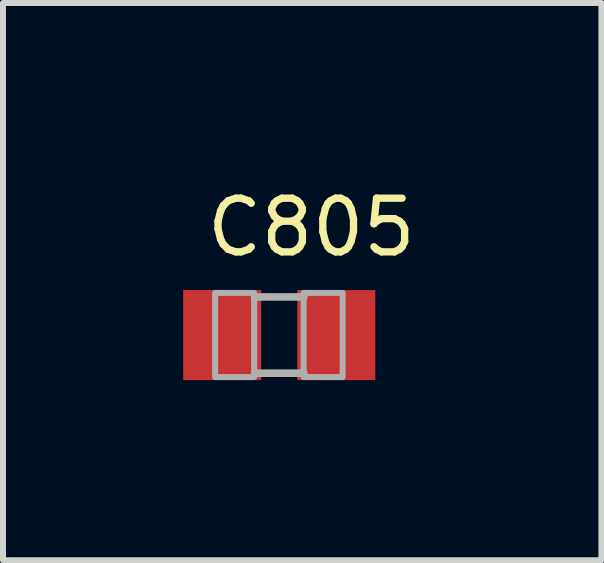
<source format=kicad_pcb>
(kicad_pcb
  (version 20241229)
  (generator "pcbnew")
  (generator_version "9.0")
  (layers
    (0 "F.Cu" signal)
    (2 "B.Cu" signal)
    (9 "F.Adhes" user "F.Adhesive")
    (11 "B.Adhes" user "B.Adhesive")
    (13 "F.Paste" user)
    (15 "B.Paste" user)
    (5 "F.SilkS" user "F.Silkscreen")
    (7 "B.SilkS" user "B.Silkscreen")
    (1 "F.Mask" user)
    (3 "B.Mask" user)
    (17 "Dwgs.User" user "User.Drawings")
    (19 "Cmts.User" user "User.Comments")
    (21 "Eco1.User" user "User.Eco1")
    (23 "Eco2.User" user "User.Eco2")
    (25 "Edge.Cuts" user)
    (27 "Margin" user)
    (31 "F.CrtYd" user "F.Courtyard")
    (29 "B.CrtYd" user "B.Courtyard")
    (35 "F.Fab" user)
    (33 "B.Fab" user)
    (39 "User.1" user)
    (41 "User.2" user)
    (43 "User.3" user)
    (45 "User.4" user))
  (footprint "C805"
    (layer "F.Cu")
    (at 1.6 2.53)
    (property "Reference" "C805" (at -1.27 -1.27 0) (unlocked yes) (layer "F.SilkS") (effects (font (size 0.894 0.894) (thickness 0.122)) (justify left bottom)))
    (fp_line (start -0.41 -0.635) (end 0.41 -0.635) (stroke (width 0.127) (type solid)) (layer "F.Fab"))
    (fp_line (start -0.41 0.635) (end 0.41 0.635) (stroke (width 0.127) (type solid)) (layer "F.Fab"))
    (fp_poly (pts (xy -1.067 0.699) (xy -0.417 0.699) (xy -0.417 -0.702) (xy -1.067 -0.702)) (stroke (width 0.1) (type default)) (fill no) (layer "F.Fab"))
    (fp_poly (pts (xy 0.406 0.699) (xy 1.056 0.699) (xy 1.056 -0.702) (xy 0.406 -0.702)) (stroke (width 0.1) (type default)) (fill no) (layer "F.Fab"))
    (pad "1" smd rect (at -0.95 0) (size 1.3 1.5) (layers "F.Cu" "F.Mask" "F.Paste"))
    (pad "2" smd rect (at 0.95 0) (size 1.3 1.5) (layers "F.Cu" "F.Mask" "F.Paste")))
  (gr_rect
    (start -3 -3)
    (end 6.966 6.28)
    (stroke (width 0.1) (type default))
    (fill no)
    (layer "Edge.Cuts")))
</source>
